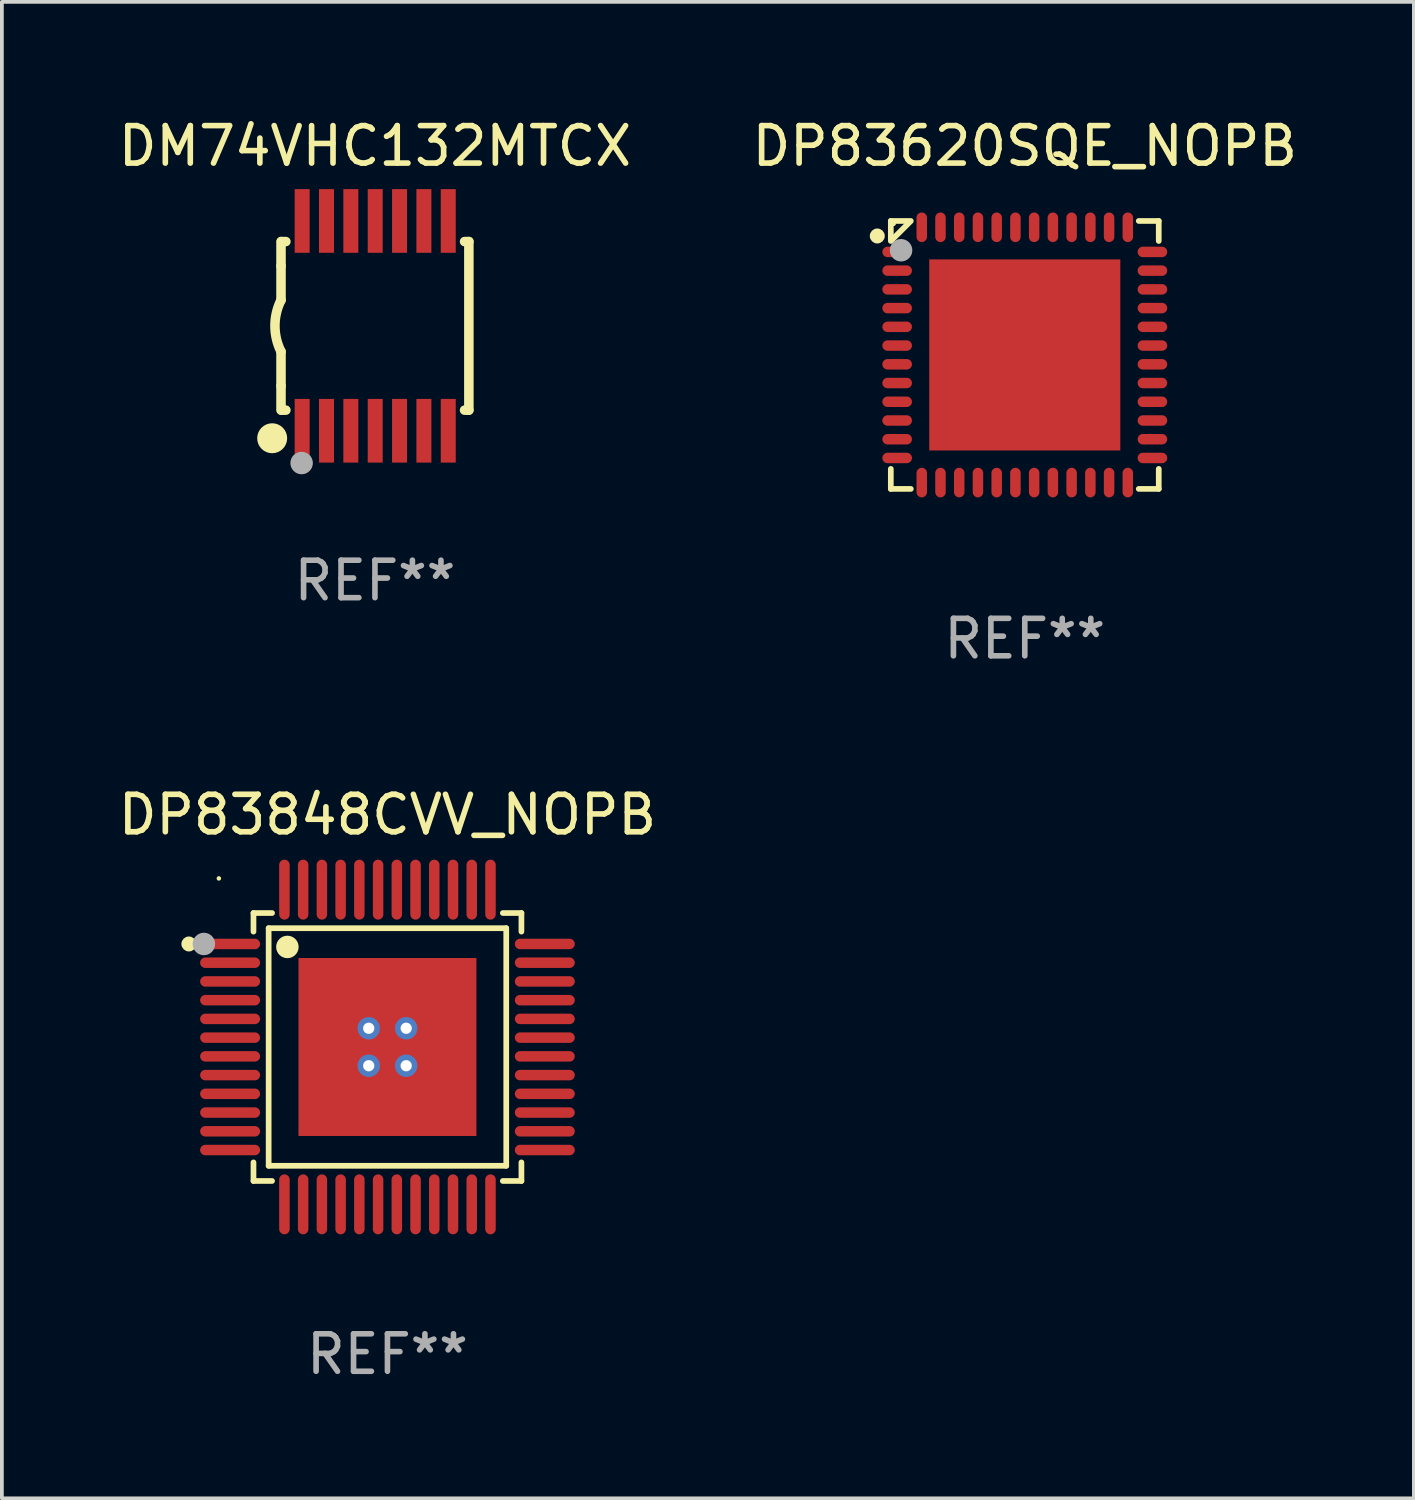
<source format=kicad_pcb>
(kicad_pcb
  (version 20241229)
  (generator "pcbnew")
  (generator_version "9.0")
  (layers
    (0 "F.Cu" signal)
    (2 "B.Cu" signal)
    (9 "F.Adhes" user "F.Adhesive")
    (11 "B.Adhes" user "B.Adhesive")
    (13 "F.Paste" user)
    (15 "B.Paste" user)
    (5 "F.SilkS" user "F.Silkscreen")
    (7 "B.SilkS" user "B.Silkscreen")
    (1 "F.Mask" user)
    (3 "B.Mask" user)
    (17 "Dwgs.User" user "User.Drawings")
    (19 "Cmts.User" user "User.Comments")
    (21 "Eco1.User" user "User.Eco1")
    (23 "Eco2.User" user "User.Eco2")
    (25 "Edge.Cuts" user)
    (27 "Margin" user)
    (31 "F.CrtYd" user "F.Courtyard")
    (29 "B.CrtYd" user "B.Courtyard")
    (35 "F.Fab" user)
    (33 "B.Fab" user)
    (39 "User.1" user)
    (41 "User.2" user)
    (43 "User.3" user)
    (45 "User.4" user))
  (footprint "DP83848CVV_NOPB"
    (layer "F.Cu")
    (at 7.292 24.897)
    (property "Reference" "DP83848CVV_NOPB" (at 0 -6.2 0) (layer "F.SilkS") (effects (font (size 1 1) (thickness 0.15))))
    (attr through_hole)
    (fp_line (start -3.576 -3.576) (end -3.576 -3.08) (stroke (width 0.152) (type solid)) (layer "F.SilkS"))
    (fp_line (start -3.576 3.576) (end -3.576 3.08) (stroke (width 0.152) (type solid)) (layer "F.SilkS"))
    (fp_line (start -3.171 -3.171) (end 3.171 -3.171) (stroke (width 0.152) (type solid)) (layer "F.SilkS"))
    (fp_line (start -3.171 3.171) (end -3.171 -3.171) (stroke (width 0.152) (type solid)) (layer "F.SilkS"))
    (fp_line (start -3.08 -3.576) (end -3.576 -3.576) (stroke (width 0.152) (type solid)) (layer "F.SilkS"))
    (fp_line (start -3.08 3.576) (end -3.576 3.576) (stroke (width 0.152) (type solid)) (layer "F.SilkS"))
    (fp_line (start 3.08 -3.576) (end 3.576 -3.576) (stroke (width 0.152) (type solid)) (layer "F.SilkS"))
    (fp_line (start 3.08 3.576) (end 3.576 3.576) (stroke (width 0.152) (type solid)) (layer "F.SilkS"))
    (fp_line (start 3.171 -3.171) (end 3.171 3.171) (stroke (width 0.152) (type solid)) (layer "F.SilkS"))
    (fp_line (start 3.171 3.171) (end -3.171 3.171) (stroke (width 0.152) (type solid)) (layer "F.SilkS"))
    (fp_line (start 3.576 -3.576) (end 3.576 -3.08) (stroke (width 0.152) (type solid)) (layer "F.SilkS"))
    (fp_line (start 3.576 3.576) (end 3.576 3.08) (stroke (width 0.152) (type solid)) (layer "F.SilkS"))
    (fp_circle (center -5.3 -2.75) (end -5.2 -2.75) (stroke (width 0.2) (type solid)) (fill no) (layer "F.SilkS"))
    (fp_circle (center -4.5 -4.5) (end -4.47 -4.5) (stroke (width 0.06) (type solid)) (fill no) (layer "F.SilkS"))
    (fp_circle (center -2.671 -2.671) (end -2.521 -2.671) (stroke (width 0.3) (type solid)) (fill no) (layer "F.SilkS"))
    (fp_circle (center -4.9 -2.75) (end -4.75 -2.75) (stroke (width 0.3) (type solid)) (fill no) (layer "F.Fab"))
    (fp_text user "REF**" (at 0 8.2 0) (layer "F.Fab") (effects (font (size 1 1) (thickness 0.15))))
    (pad "1" smd oval (at -4.2 -2.75 270) (size 0.28 1.6) (layers "F.Cu" "F.Mask" "F.Paste"))
    (pad "2" smd oval (at -4.2 -2.25 270) (size 0.28 1.6) (layers "F.Cu" "F.Mask" "F.Paste"))
    (pad "3" smd oval (at -4.2 -1.75 270) (size 0.28 1.6) (layers "F.Cu" "F.Mask" "F.Paste"))
    (pad "4" smd oval (at -4.2 -1.25 270) (size 0.28 1.6) (layers "F.Cu" "F.Mask" "F.Paste"))
    (pad "5" smd oval (at -4.2 -0.75 270) (size 0.28 1.6) (layers "F.Cu" "F.Mask" "F.Paste"))
    (pad "6" smd oval (at -4.2 -0.25 270) (size 0.28 1.6) (layers "F.Cu" "F.Mask" "F.Paste"))
    (pad "7" smd oval (at -4.2 0.25 270) (size 0.28 1.6) (layers "F.Cu" "F.Mask" "F.Paste"))
    (pad "8" smd oval (at -4.2 0.75 270) (size 0.28 1.6) (layers "F.Cu" "F.Mask" "F.Paste"))
    (pad "9" smd oval (at -4.2 1.25 270) (size 0.28 1.6) (layers "F.Cu" "F.Mask" "F.Paste"))
    (pad "10" smd oval (at -4.2 1.75 270) (size 0.28 1.6) (layers "F.Cu" "F.Mask" "F.Paste"))
    (pad "11" smd oval (at -4.2 2.25 270) (size 0.28 1.6) (layers "F.Cu" "F.Mask" "F.Paste"))
    (pad "12" smd oval (at -4.2 2.75 270) (size 0.28 1.6) (layers "F.Cu" "F.Mask" "F.Paste"))
    (pad "13" smd oval (at -2.75 4.2 270) (size 1.6 0.28) (layers "F.Cu" "F.Mask" "F.Paste"))
    (pad "14" smd oval (at -2.25 4.2 270) (size 1.6 0.28) (layers "F.Cu" "F.Mask" "F.Paste"))
    (pad "15" smd oval (at -1.75 4.2 270) (size 1.6 0.28) (layers "F.Cu" "F.Mask" "F.Paste"))
    (pad "16" smd oval (at -1.25 4.2 270) (size 1.6 0.28) (layers "F.Cu" "F.Mask" "F.Paste"))
    (pad "17" smd oval (at -0.75 4.2 270) (size 1.6 0.28) (layers "F.Cu" "F.Mask" "F.Paste"))
    (pad "18" smd oval (at -0.25 4.2 270) (size 1.6 0.28) (layers "F.Cu" "F.Mask" "F.Paste"))
    (pad "19" smd oval (at 0.25 4.2 270) (size 1.6 0.28) (layers "F.Cu" "F.Mask" "F.Paste"))
    (pad "20" smd oval (at 0.75 4.2 270) (size 1.6 0.28) (layers "F.Cu" "F.Mask" "F.Paste"))
    (pad "21" smd oval (at 1.25 4.2 270) (size 1.6 0.28) (layers "F.Cu" "F.Mask" "F.Paste"))
    (pad "22" smd oval (at 1.75 4.2 270) (size 1.6 0.28) (layers "F.Cu" "F.Mask" "F.Paste"))
    (pad "23" smd oval (at 2.25 4.2 270) (size 1.6 0.28) (layers "F.Cu" "F.Mask" "F.Paste"))
    (pad "24" smd oval (at 2.75 4.2 270) (size 1.6 0.28) (layers "F.Cu" "F.Mask" "F.Paste"))
    (pad "25" smd oval (at 4.2 2.75 270) (size 0.28 1.6) (layers "F.Cu" "F.Mask" "F.Paste"))
    (pad "26" smd oval (at 4.2 2.25 270) (size 0.28 1.6) (layers "F.Cu" "F.Mask" "F.Paste"))
    (pad "27" smd oval (at 4.2 1.75 270) (size 0.28 1.6) (layers "F.Cu" "F.Mask" "F.Paste"))
    (pad "28" smd oval (at 4.2 1.25 270) (size 0.28 1.6) (layers "F.Cu" "F.Mask" "F.Paste"))
    (pad "29" smd oval (at 4.2 0.75 270) (size 0.28 1.6) (layers "F.Cu" "F.Mask" "F.Paste"))
    (pad "30" smd oval (at 4.2 0.25 270) (size 0.28 1.6) (layers "F.Cu" "F.Mask" "F.Paste"))
    (pad "31" smd oval (at 4.2 -0.25 270) (size 0.28 1.6) (layers "F.Cu" "F.Mask" "F.Paste"))
    (pad "32" smd oval (at 4.2 -0.75 270) (size 0.28 1.6) (layers "F.Cu" "F.Mask" "F.Paste"))
    (pad "33" smd oval (at 4.2 -1.25 270) (size 0.28 1.6) (layers "F.Cu" "F.Mask" "F.Paste"))
    (pad "34" smd oval (at 4.2 -1.75 270) (size 0.28 1.6) (layers "F.Cu" "F.Mask" "F.Paste"))
    (pad "35" smd oval (at 4.2 -2.25 270) (size 0.28 1.6) (layers "F.Cu" "F.Mask" "F.Paste"))
    (pad "36" smd oval (at 4.2 -2.75 270) (size 0.28 1.6) (layers "F.Cu" "F.Mask" "F.Paste"))
    (pad "37" smd oval (at 2.75 -4.2 270) (size 1.6 0.28) (layers "F.Cu" "F.Mask" "F.Paste"))
    (pad "38" smd oval (at 2.25 -4.2 270) (size 1.6 0.28) (layers "F.Cu" "F.Mask" "F.Paste"))
    (pad "39" smd oval (at 1.75 -4.2 270) (size 1.6 0.28) (layers "F.Cu" "F.Mask" "F.Paste"))
    (pad "40" smd oval (at 1.25 -4.2 270) (size 1.6 0.28) (layers "F.Cu" "F.Mask" "F.Paste"))
    (pad "41" smd oval (at 0.75 -4.2 270) (size 1.6 0.28) (layers "F.Cu" "F.Mask" "F.Paste"))
    (pad "42" smd oval (at 0.25 -4.2 270) (size 1.6 0.28) (layers "F.Cu" "F.Mask" "F.Paste"))
    (pad "43" smd oval (at -0.25 -4.2 270) (size 1.6 0.28) (layers "F.Cu" "F.Mask" "F.Paste"))
    (pad "44" smd oval (at -0.75 -4.2 270) (size 1.6 0.28) (layers "F.Cu" "F.Mask" "F.Paste"))
    (pad "45" smd oval (at -1.25 -4.2 270) (size 1.6 0.28) (layers "F.Cu" "F.Mask" "F.Paste"))
    (pad "46" smd oval (at -1.75 -4.2 270) (size 1.6 0.28) (layers "F.Cu" "F.Mask" "F.Paste"))
    (pad "47" smd oval (at -2.25 -4.2 270) (size 1.6 0.28) (layers "F.Cu" "F.Mask" "F.Paste"))
    (pad "48" smd oval (at -2.75 -4.2 270) (size 1.6 0.28) (layers "F.Cu" "F.Mask" "F.Paste"))
    (pad "49" thru_hole circle (at -0.5 -0.5) (size 0.6 0.6) (drill 0.3) (layers "*.Cu" "*.Mask"))
    (pad "49" thru_hole circle (at -0.5 0.5) (size 0.6 0.6) (drill 0.3) (layers "*.Cu" "*.Mask"))
    (pad "49" smd rect (at 0 0 270) (size 4.75 4.75) (layers "F.Cu" "F.Mask" "F.Paste"))
    (pad "49" thru_hole circle (at 0.5 -0.5) (size 0.6 0.6) (drill 0.3) (layers "*.Cu" "*.Mask"))
    (pad "49" thru_hole circle (at 0.5 0.5) (size 0.6 0.6) (drill 0.3) (layers "*.Cu" "*.Mask")))
  (footprint "DM74VHC132MTCX"
    (layer "F.Cu")
    (at 6.958 5.648)
    (property "Reference" "DM74VHC132MTCX" (at 0 -4.8 0) (layer "F.SilkS") (effects (font (size 1 1) (thickness 0.15))))
    (attr through_hole)
    (fp_line (start -2.507 -1.6) (end -2.507 -2.25) (stroke (width 0.254) (type solid)) (layer "F.SilkS"))
    (fp_line (start -2.507 -0.686) (end -2.507 -1.6) (stroke (width 0.254) (type solid)) (layer "F.SilkS"))
    (fp_line (start -2.507 1.6) (end -2.507 0.686) (stroke (width 0.254) (type solid)) (layer "F.SilkS"))
    (fp_line (start -2.507 1.6) (end -2.507 2.25) (stroke (width 0.254) (type solid)) (layer "F.SilkS"))
    (fp_line (start -2.493 -2.25) (end -2.377 -2.25) (stroke (width 0.254) (type solid)) (layer "F.SilkS"))
    (fp_line (start -2.377 2.25) (end -2.493 2.25) (stroke (width 0.254) (type solid)) (layer "F.SilkS"))
    (fp_line (start 2.392 -2.25) (end 2.507 -2.25) (stroke (width 0.254) (type solid)) (layer "F.SilkS"))
    (fp_line (start 2.507 -2.25) (end 2.507 2.25) (stroke (width 0.254) (type solid)) (layer "F.SilkS"))
    (fp_line (start 2.507 2.25) (end 2.392 2.25) (stroke (width 0.254) (type solid)) (layer "F.SilkS"))
    (fp_arc (start -2.507303 0.685802) (mid -2.669199 0) (end -2.507303 -0.685801) (stroke (width 0.254001) (type solid)) (layer "F.SilkS"))
    (fp_circle (center -2.743 3) (end -2.543 3) (stroke (width 0.4) (type solid)) (fill no) (layer "F.SilkS"))
    (fp_circle (center -2.493 3.2) (end -2.463 3.2) (stroke (width 0.06) (type solid)) (fill no) (layer "F.SilkS"))
    (fp_circle (center -1.957 3.662) (end -1.807 3.662) (stroke (width 0.3) (type solid)) (fill no) (layer "F.Fab"))
    (fp_text user "REF**" (at 0 6.8 0) (layer "F.Fab") (effects (font (size 1 1) (thickness 0.15))))
    (pad "1" smd rect (at -1.943 2.8) (size 0.4 1.7) (layers "F.Cu" "F.Mask" "F.Paste"))
    (pad "2" smd rect (at -1.293 2.8) (size 0.4 1.7) (layers "F.Cu" "F.Mask" "F.Paste"))
    (pad "3" smd rect (at -0.643 2.8) (size 0.4 1.7) (layers "F.Cu" "F.Mask" "F.Paste"))
    (pad "4" smd rect (at 0.007 2.8) (size 0.4 1.7) (layers "F.Cu" "F.Mask" "F.Paste"))
    (pad "5" smd rect (at 0.657 2.8) (size 0.4 1.7) (layers "F.Cu" "F.Mask" "F.Paste"))
    (pad "6" smd rect (at 1.307 2.8) (size 0.4 1.7) (layers "F.Cu" "F.Mask" "F.Paste"))
    (pad "7" smd rect (at 1.957 2.8) (size 0.4 1.7) (layers "F.Cu" "F.Mask" "F.Paste"))
    (pad "8" smd rect (at 1.957 -2.8) (size 0.4 1.7) (layers "F.Cu" "F.Mask" "F.Paste"))
    (pad "9" smd rect (at 1.307 -2.8) (size 0.4 1.7) (layers "F.Cu" "F.Mask" "F.Paste"))
    (pad "10" smd rect (at 0.657 -2.8) (size 0.4 1.7) (layers "F.Cu" "F.Mask" "F.Paste"))
    (pad "11" smd rect (at 0.007 -2.8) (size 0.4 1.7) (layers "F.Cu" "F.Mask" "F.Paste"))
    (pad "12" smd rect (at -0.643 -2.8) (size 0.4 1.7) (layers "F.Cu" "F.Mask" "F.Paste"))
    (pad "13" smd rect (at -1.293 -2.8) (size 0.4 1.7) (layers "F.Cu" "F.Mask" "F.Paste"))
    (pad "14" smd rect (at -1.943 -2.8) (size 0.4 1.7) (layers "F.Cu" "F.Mask" "F.Paste")))
  (footprint "DP83620SQE_NOPB"
    (layer "F.Cu")
    (at 24.304 6.424)
    (property "Reference" "DP83620SQE_NOPB" (at 0 -5.576 0) (layer "F.SilkS") (effects (font (size 1 1) (thickness 0.15))))
    (attr through_hole)
    (fp_line (start -3.576 -3.576) (end -3.042 -3.576) (stroke (width 0.152) (type solid)) (layer "F.SilkS"))
    (fp_line (start -3.576 -3.042) (end -3.576 -3.576) (stroke (width 0.152) (type solid)) (layer "F.SilkS"))
    (fp_line (start -3.576 3.042) (end -3.576 3.576) (stroke (width 0.152) (type solid)) (layer "F.SilkS"))
    (fp_line (start -3.576 3.576) (end -3.042 3.576) (stroke (width 0.152) (type solid)) (layer "F.SilkS"))
    (fp_line (start -3.549 -3.069) (end -3.069 -3.549) (stroke (width 0.152) (type solid)) (layer "F.SilkS"))
    (fp_line (start 3.576 -3.576) (end 3.042 -3.576) (stroke (width 0.152) (type solid)) (layer "F.SilkS"))
    (fp_line (start 3.576 -3.042) (end 3.576 -3.576) (stroke (width 0.152) (type solid)) (layer "F.SilkS"))
    (fp_line (start 3.576 3.042) (end 3.576 3.576) (stroke (width 0.152) (type solid)) (layer "F.SilkS"))
    (fp_line (start 3.576 3.576) (end 3.042 3.576) (stroke (width 0.152) (type solid)) (layer "F.SilkS"))
    (fp_circle (center -3.937 -3.175) (end -3.837 -3.175) (stroke (width 0.2) (type solid)) (fill no) (layer "F.SilkS"))
    (fp_circle (center -3.5 -3.5) (end -3.47 -3.5) (stroke (width 0.06) (type solid)) (fill no) (layer "F.SilkS"))
    (fp_circle (center -3.302 -2.794) (end -3.152 -2.794) (stroke (width 0.3) (type solid)) (fill no) (layer "F.Fab"))
    (fp_text user "REF**" (at 0 7.576 0) (layer "F.Fab") (effects (font (size 1 1) (thickness 0.15))))
    (pad "1" smd oval (at -3.407 -2.75) (size 0.79 0.28) (layers "F.Cu" "F.Mask" "F.Paste"))
    (pad "2" smd oval (at -3.407 -2.25) (size 0.79 0.28) (layers "F.Cu" "F.Mask" "F.Paste"))
    (pad "3" smd oval (at -3.407 -1.75) (size 0.79 0.28) (layers "F.Cu" "F.Mask" "F.Paste"))
    (pad "4" smd oval (at -3.407 -1.25) (size 0.79 0.28) (layers "F.Cu" "F.Mask" "F.Paste"))
    (pad "5" smd oval (at -3.407 -0.75) (size 0.79 0.28) (layers "F.Cu" "F.Mask" "F.Paste"))
    (pad "6" smd oval (at -3.407 -0.25) (size 0.79 0.28) (layers "F.Cu" "F.Mask" "F.Paste"))
    (pad "7" smd oval (at -3.407 0.25) (size 0.79 0.28) (layers "F.Cu" "F.Mask" "F.Paste"))
    (pad "8" smd oval (at -3.407 0.75) (size 0.79 0.28) (layers "F.Cu" "F.Mask" "F.Paste"))
    (pad "9" smd oval (at -3.407 1.25) (size 0.79 0.28) (layers "F.Cu" "F.Mask" "F.Paste"))
    (pad "10" smd oval (at -3.407 1.75) (size 0.79 0.28) (layers "F.Cu" "F.Mask" "F.Paste"))
    (pad "11" smd oval (at -3.407 2.25) (size 0.79 0.28) (layers "F.Cu" "F.Mask" "F.Paste"))
    (pad "12" smd oval (at -3.407 2.75) (size 0.79 0.28) (layers "F.Cu" "F.Mask" "F.Paste"))
    (pad "13" smd oval (at -2.75 3.407) (size 0.28 0.79) (layers "F.Cu" "F.Mask" "F.Paste"))
    (pad "14" smd oval (at -2.25 3.407) (size 0.28 0.79) (layers "F.Cu" "F.Mask" "F.Paste"))
    (pad "15" smd oval (at -1.75 3.407) (size 0.28 0.79) (layers "F.Cu" "F.Mask" "F.Paste"))
    (pad "16" smd oval (at -1.25 3.407) (size 0.28 0.79) (layers "F.Cu" "F.Mask" "F.Paste"))
    (pad "17" smd oval (at -0.75 3.407) (size 0.28 0.79) (layers "F.Cu" "F.Mask" "F.Paste"))
    (pad "18" smd oval (at -0.25 3.407) (size 0.28 0.79) (layers "F.Cu" "F.Mask" "F.Paste"))
    (pad "19" smd oval (at 0.25 3.407) (size 0.28 0.79) (layers "F.Cu" "F.Mask" "F.Paste"))
    (pad "20" smd oval (at 0.75 3.407) (size 0.28 0.79) (layers "F.Cu" "F.Mask" "F.Paste"))
    (pad "21" smd oval (at 1.25 3.407) (size 0.28 0.79) (layers "F.Cu" "F.Mask" "F.Paste"))
    (pad "22" smd oval (at 1.75 3.407) (size 0.28 0.79) (layers "F.Cu" "F.Mask" "F.Paste"))
    (pad "23" smd oval (at 2.25 3.407) (size 0.28 0.79) (layers "F.Cu" "F.Mask" "F.Paste"))
    (pad "24" smd oval (at 2.75 3.407) (size 0.28 0.79) (layers "F.Cu" "F.Mask" "F.Paste"))
    (pad "25" smd oval (at 3.407 2.75) (size 0.79 0.28) (layers "F.Cu" "F.Mask" "F.Paste"))
    (pad "26" smd oval (at 3.407 2.25) (size 0.79 0.28) (layers "F.Cu" "F.Mask" "F.Paste"))
    (pad "27" smd oval (at 3.407 1.75) (size 0.79 0.28) (layers "F.Cu" "F.Mask" "F.Paste"))
    (pad "28" smd oval (at 3.407 1.25) (size 0.79 0.28) (layers "F.Cu" "F.Mask" "F.Paste"))
    (pad "29" smd oval (at 3.407 0.75) (size 0.79 0.28) (layers "F.Cu" "F.Mask" "F.Paste"))
    (pad "30" smd oval (at 3.407 0.25) (size 0.79 0.28) (layers "F.Cu" "F.Mask" "F.Paste"))
    (pad "31" smd oval (at 3.407 -0.25) (size 0.79 0.28) (layers "F.Cu" "F.Mask" "F.Paste"))
    (pad "32" smd oval (at 3.407 -0.75) (size 0.79 0.28) (layers "F.Cu" "F.Mask" "F.Paste"))
    (pad "33" smd oval (at 3.407 -1.25) (size 0.79 0.28) (layers "F.Cu" "F.Mask" "F.Paste"))
    (pad "34" smd oval (at 3.407 -1.75) (size 0.79 0.28) (layers "F.Cu" "F.Mask" "F.Paste"))
    (pad "35" smd oval (at 3.407 -2.25) (size 0.79 0.28) (layers "F.Cu" "F.Mask" "F.Paste"))
    (pad "36" smd oval (at 3.407 -2.75) (size 0.79 0.28) (layers "F.Cu" "F.Mask" "F.Paste"))
    (pad "37" smd oval (at 2.75 -3.407) (size 0.28 0.79) (layers "F.Cu" "F.Mask" "F.Paste"))
    (pad "38" smd oval (at 2.25 -3.407) (size 0.28 0.79) (layers "F.Cu" "F.Mask" "F.Paste"))
    (pad "39" smd oval (at 1.75 -3.407) (size 0.28 0.79) (layers "F.Cu" "F.Mask" "F.Paste"))
    (pad "40" smd oval (at 1.25 -3.407) (size 0.28 0.79) (layers "F.Cu" "F.Mask" "F.Paste"))
    (pad "41" smd oval (at 0.75 -3.407) (size 0.28 0.79) (layers "F.Cu" "F.Mask" "F.Paste"))
    (pad "42" smd oval (at 0.25 -3.407) (size 0.28 0.79) (layers "F.Cu" "F.Mask" "F.Paste"))
    (pad "43" smd oval (at -0.25 -3.407) (size 0.28 0.79) (layers "F.Cu" "F.Mask" "F.Paste"))
    (pad "44" smd oval (at -0.75 -3.407) (size 0.28 0.79) (layers "F.Cu" "F.Mask" "F.Paste"))
    (pad "45" smd oval (at -1.25 -3.407) (size 0.28 0.79) (layers "F.Cu" "F.Mask" "F.Paste"))
    (pad "46" smd oval (at -1.75 -3.407) (size 0.28 0.79) (layers "F.Cu" "F.Mask" "F.Paste"))
    (pad "47" smd oval (at -2.25 -3.407) (size 0.28 0.79) (layers "F.Cu" "F.Mask" "F.Paste"))
    (pad "48" smd oval (at -2.75 -3.407) (size 0.28 0.79) (layers "F.Cu" "F.Mask" "F.Paste"))
    (pad "49" smd rect (at 0 0) (size 5.1 5.1) (layers "F.Cu" "F.Mask" "F.Paste")))
  (gr_rect
    (start -3 -3)
    (end 34.69 36.945)
    (stroke (width 0.1) (type default))
    (fill no)
    (layer "Edge.Cuts")))
</source>
